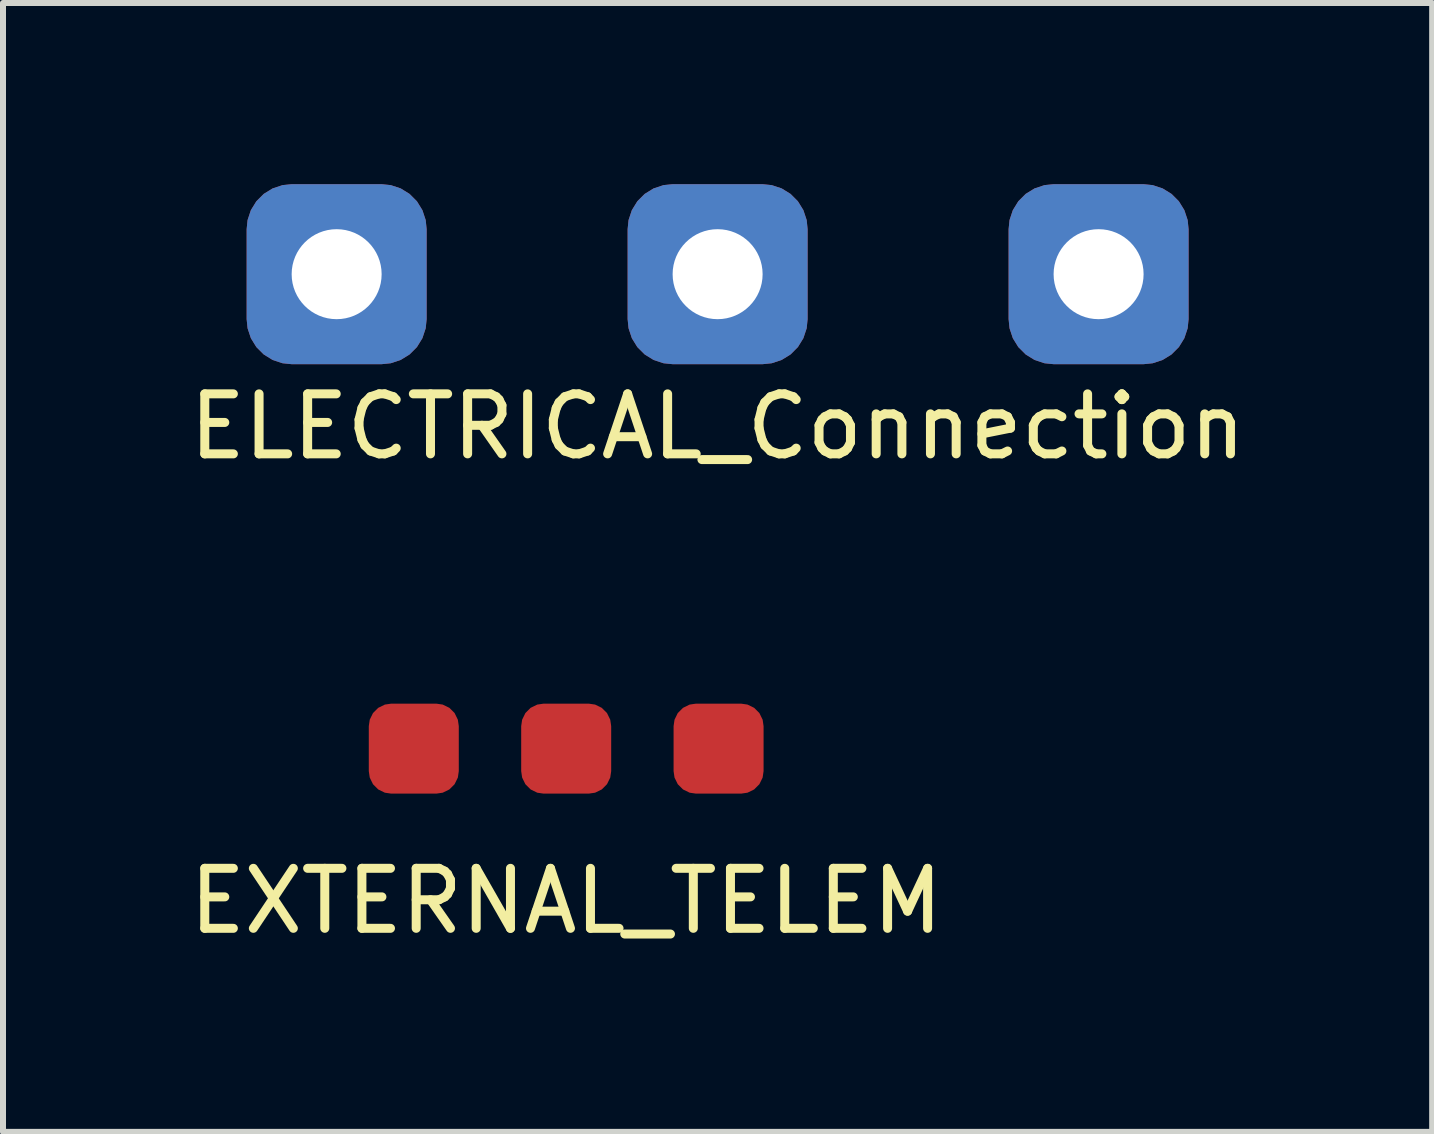
<source format=kicad_pcb>
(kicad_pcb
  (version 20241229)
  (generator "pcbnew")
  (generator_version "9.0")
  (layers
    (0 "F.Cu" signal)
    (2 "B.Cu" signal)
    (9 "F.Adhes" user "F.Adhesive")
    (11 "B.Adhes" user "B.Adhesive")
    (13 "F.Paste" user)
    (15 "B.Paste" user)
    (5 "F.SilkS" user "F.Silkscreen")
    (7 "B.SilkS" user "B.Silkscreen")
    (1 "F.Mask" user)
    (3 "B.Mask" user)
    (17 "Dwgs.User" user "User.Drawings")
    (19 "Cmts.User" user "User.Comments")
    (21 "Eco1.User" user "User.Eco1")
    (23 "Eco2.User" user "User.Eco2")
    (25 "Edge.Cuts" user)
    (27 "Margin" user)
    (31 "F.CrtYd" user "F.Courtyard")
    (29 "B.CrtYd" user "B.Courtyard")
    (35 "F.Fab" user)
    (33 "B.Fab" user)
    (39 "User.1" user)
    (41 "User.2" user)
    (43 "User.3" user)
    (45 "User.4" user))
  (footprint "ELECTRICAL_Connection"
    (layer "F.Cu")
    (at 8.911 0.25)
    (property "Reference" "ELECTRICAL_Connection" (at 0 3.81 0) (layer "F.SilkS") (effects (font (size 1 1) (thickness 0.15))))
    (attr through_hole)
    (pad "1" thru_hole roundrect (at -6.35 1.27) (size 3 3) (drill 1.5) (layers "*.Cu" "*.Mask") (roundrect_rratio 0.25))
    (pad "2" thru_hole roundrect (at 0 1.27) (size 3 3) (drill 1.5) (layers "*.Cu" "*.Mask") (roundrect_rratio 0.25))
    (pad "3" thru_hole roundrect (at 6.35 1.27) (size 3 3) (drill 1.5) (layers "*.Cu" "*.Mask") (roundrect_rratio 0.25)))
  (footprint "EXTERNAL_TELEM"
    (layer "F.Cu")
    (at 6.387 8.158)
    (property "Reference" "EXTERNAL_TELEM" (at 0 3.81 0) (layer "F.SilkS") (effects (font (size 1 1) (thickness 0.15))))
    (attr through_hole)
    (pad "1" smd roundrect (at -2.54 1.27) (size 1.5 1.5) (layers "F.Cu" "F.Mask" "F.Paste") (roundrect_rratio 0.25))
    (pad "2" smd roundrect (at 0 1.27) (size 1.5 1.5) (layers "F.Cu" "F.Mask" "F.Paste") (roundrect_rratio 0.25))
    (pad "3" smd roundrect (at 2.54 1.27) (size 1.5 1.5) (layers "F.Cu" "F.Mask" "F.Paste") (roundrect_rratio 0.25)))
  (gr_rect
    (start -3 -3)
    (end 20.821 15.816)
    (stroke (width 0.1) (type default))
    (fill no)
    (layer "Edge.Cuts")))
</source>
